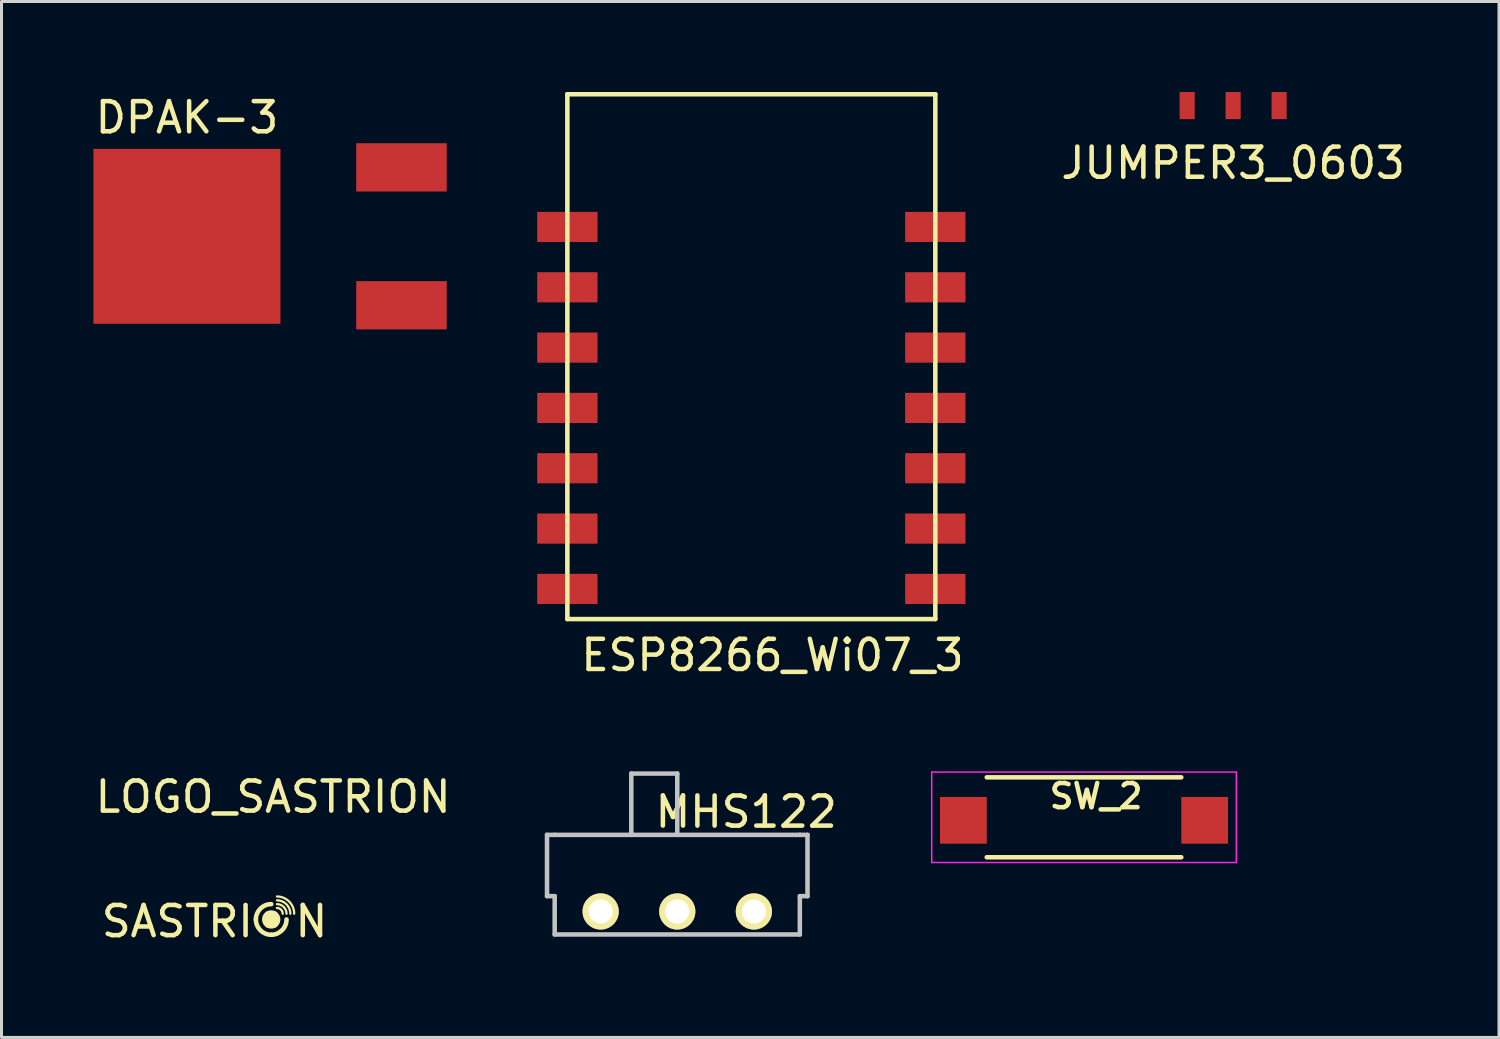
<source format=kicad_pcb>
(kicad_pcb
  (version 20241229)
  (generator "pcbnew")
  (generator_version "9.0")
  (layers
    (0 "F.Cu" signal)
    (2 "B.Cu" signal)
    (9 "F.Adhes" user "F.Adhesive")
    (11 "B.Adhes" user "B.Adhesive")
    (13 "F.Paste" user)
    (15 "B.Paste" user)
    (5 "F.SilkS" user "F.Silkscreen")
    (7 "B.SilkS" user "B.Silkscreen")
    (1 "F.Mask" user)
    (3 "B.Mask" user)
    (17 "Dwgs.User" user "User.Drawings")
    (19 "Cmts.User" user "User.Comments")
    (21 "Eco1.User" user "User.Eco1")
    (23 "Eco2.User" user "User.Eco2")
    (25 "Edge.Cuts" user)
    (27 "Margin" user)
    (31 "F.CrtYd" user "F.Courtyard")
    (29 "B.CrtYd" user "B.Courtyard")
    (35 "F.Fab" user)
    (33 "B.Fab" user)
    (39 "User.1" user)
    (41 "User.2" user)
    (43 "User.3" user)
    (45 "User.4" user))
  (footprint "LOGO_SASTRION"
    (layer "F.Cu")
    (at 6.069 27.308)
    (property "Reference" "LOGO_SASTRION" (at -0.064 -3.937 0) (layer "F.SilkS") (effects (font (size 1 1) (thickness 0.15))))
    (attr through_hole)
    (fp_line (start -0.254 -0.064) (end -0.254 0.318) (stroke (width 0.15) (type solid)) (layer "F.SilkS"))
    (fp_line (start -0.127 -0.064) (end -0.127 0.318) (stroke (width 0.15) (type solid)) (layer "F.SilkS"))
    (fp_line (start 0 -0.064) (end 0 0.318) (stroke (width 0.15) (type solid)) (layer "F.SilkS"))
    (fp_line (start 0.064 0.127) (end -0.318 0.127) (stroke (width 0.15) (type solid)) (layer "F.SilkS"))
    (fp_arc (start -0.635 0.127) (mid -0.48621 -0.23221) (end -0.127 -0.381) (stroke (width 0.15) (type solid)) (layer "F.SilkS"))
    (fp_arc (start -0.127 0.635) (mid -0.48621 0.48621) (end -0.635 0.127) (stroke (width 0.15) (type solid)) (layer "F.SilkS"))
    (fp_arc (start 0.0635 -0.635) (mid 0.467612 -0.467612) (end 0.635 -0.0635) (stroke (width 0.075) (type solid)) (layer "F.SilkS"))
    (fp_arc (start 0.0635 -0.508) (mid 0.377809 -0.377809) (end 0.508 -0.0635) (stroke (width 0.075) (type solid)) (layer "F.SilkS"))
    (fp_arc (start 0.0635 -0.381) (mid 0.288006 -0.288006) (end 0.381 -0.0635) (stroke (width 0.075) (type solid)) (layer "F.SilkS"))
    (fp_arc (start 0.0635 -0.254) (mid 0.198204 -0.198204) (end 0.254 -0.0635) (stroke (width 0.075) (type solid)) (layer "F.SilkS"))
    (fp_arc (start 0.381 0.127) (mid 0.23221 0.48621) (end -0.127 0.635) (stroke (width 0.15) (type solid)) (layer "F.SilkS"))
    (fp_circle (center -0.127 0.127) (end 0.127 0.127) (stroke (width 0.1) (type solid)) (fill no) (layer "F.SilkS"))
    (fp_text user "SASTRI" (at -3.239 0.191 0) (layer "F.SilkS") (effects (font (size 1 1) (thickness 0.15))))
    (fp_text user "N" (at 1.206 0.191 0) (layer "F.SilkS") (effects (font (size 1 1) (thickness 0.15)))))
  (footprint "MHS122"
    (layer "F.Cu")
    (at 19.405 26.281)
    (property "Reference" "MHS122" (at 2.286 -2.413 0) (layer "F.SilkS") (effects (font (size 1 1) (thickness 0.15))))
    (attr through_hole)
    (fp_line (start -4.318 -1.651) (end -4.318 0.381) (stroke (width 0.15) (type solid)) (layer "Dwgs.User"))
    (fp_line (start -4.318 0.381) (end -4.064 0.381) (stroke (width 0.15) (type solid)) (layer "Dwgs.User"))
    (fp_line (start -4.064 -1.651) (end -4.318 -1.651) (stroke (width 0.15) (type solid)) (layer "Dwgs.User"))
    (fp_line (start -4.064 0.381) (end -4.064 1.651) (stroke (width 0.15) (type solid)) (layer "Dwgs.User"))
    (fp_line (start -4.064 1.651) (end 4.064 1.651) (stroke (width 0.15) (type solid)) (layer "Dwgs.User"))
    (fp_line (start -1.524 -3.683) (end -1.524 -1.651) (stroke (width 0.15) (type solid)) (layer "Dwgs.User"))
    (fp_line (start 0 -3.683) (end -1.524 -3.683) (stroke (width 0.15) (type solid)) (layer "Dwgs.User"))
    (fp_line (start 0 -1.651) (end 0 -3.683) (stroke (width 0.15) (type solid)) (layer "Dwgs.User"))
    (fp_line (start 4.064 -1.651) (end -4.064 -1.651) (stroke (width 0.15) (type solid)) (layer "Dwgs.User"))
    (fp_line (start 4.064 0.381) (end 4.064 1.651) (stroke (width 0.15) (type solid)) (layer "Dwgs.User"))
    (fp_line (start 4.318 -1.651) (end 4.064 -1.651) (stroke (width 0.15) (type solid)) (layer "Dwgs.User"))
    (fp_line (start 4.318 -1.651) (end 4.318 0.381) (stroke (width 0.15) (type solid)) (layer "Dwgs.User"))
    (fp_line (start 4.318 0.381) (end 4.064 0.381) (stroke (width 0.15) (type solid)) (layer "Dwgs.User"))
    (pad "1" thru_hole circle (at -2.54 0.889) (size 1.2 1.2) (drill 0.8) (layers "*.Cu" "*.Mask" "F.SilkS"))
    (pad "2" thru_hole circle (at 0 0.889) (size 1.2 1.2) (drill 0.8) (layers "*.Cu" "*.Mask" "F.SilkS"))
    (pad "3" thru_hole circle (at 2.54 0.889) (size 1.2 1.2) (drill 0.8) (layers "*.Cu" "*.Mask" "F.SilkS")))
  (footprint "ESP8266_Wi07_3"
    (layer "F.Cu")
    (at 21.961 5.275)
    (property "Reference" "ESP8266_Wi07_3" (at 0.6 13.4 0) (layer "F.SilkS") (effects (font (size 1 1) (thickness 0.15))))
    (attr through_hole)
    (fp_line (start -6.2 -5.2) (end -6.2 12.2) (stroke (width 0.15) (type solid)) (layer "F.SilkS"))
    (fp_line (start -6.2 12.2) (end 6 12.2) (stroke (width 0.15) (type solid)) (layer "F.SilkS"))
    (fp_line (start 6 -5.2) (end -6.2 -5.2) (stroke (width 0.15) (type solid)) (layer "F.SilkS"))
    (fp_line (start 6 12.2) (end 6 -5.2) (stroke (width 0.15) (type solid)) (layer "F.SilkS"))
    (pad "1" smd rect (at 6 11.2) (size 2 1) (layers "F.Cu" "F.Mask" "F.Paste"))
    (pad "2" smd rect (at 6 9.2) (size 2 1) (layers "F.Cu" "F.Mask" "F.Paste"))
    (pad "3" smd rect (at 6 7.2) (size 2 1) (layers "F.Cu" "F.Mask" "F.Paste"))
    (pad "4" smd rect (at 6 5.2) (size 2 1) (layers "F.Cu" "F.Mask" "F.Paste"))
    (pad "5" smd rect (at 6 3.2) (size 2 1) (layers "F.Cu" "F.Mask" "F.Paste"))
    (pad "6" smd rect (at 6 1.2) (size 2 1) (layers "F.Cu" "F.Mask" "F.Paste"))
    (pad "7" smd rect (at 6 -0.8) (size 2 1) (layers "F.Cu" "F.Mask" "F.Paste"))
    (pad "8" smd rect (at -6.2 -0.8) (size 2 1) (layers "F.Cu" "F.Mask" "F.Paste"))
    (pad "9" smd rect (at -6.2 1.2) (size 2 1) (layers "F.Cu" "F.Mask" "F.Paste"))
    (pad "10" smd rect (at -6.2 3.2) (size 2 1) (layers "F.Cu" "F.Mask" "F.Paste"))
    (pad "11" smd rect (at -6.2 5.2) (size 2 1) (layers "F.Cu" "F.Mask" "F.Paste"))
    (pad "12" smd rect (at -6.2 7.2) (size 2 1) (layers "F.Cu" "F.Mask" "F.Paste"))
    (pad "13" smd rect (at -6.2 9.2) (size 2 1) (layers "F.Cu" "F.Mask" "F.Paste"))
    (pad "14" smd rect (at -6.2 11.2) (size 2 1) (layers "F.Cu" "F.Mask" "F.Paste")))
  (footprint "DPAK-3"
    (layer "F.Cu")
    (at 3.149 4.785)
    (property "Reference" "DPAK-3" (at 0 -3.937 0) (layer "F.SilkS") (effects (font (size 1 1) (thickness 0.15))))
    (attr through_hole)
    (pad "1" smd rect (at 7.112 2.286) (size 3 1.6) (layers "F.Cu" "F.Mask" "F.Paste"))
    (pad "2" smd rect (at 0 0) (size 6.2 5.8) (layers "F.Cu" "F.Mask" "F.Paste"))
    (pad "3" smd rect (at 7.112 -2.286) (size 3 1.6) (layers "F.Cu" "F.Mask" "F.Paste")))
  (footprint "JUMPER3_0603"
    (layer "F.Cu")
    (at 37.835 0.45)
    (property "Reference" "JUMPER3_0603" (at 0 1.905 0) (layer "F.SilkS") (effects (font (size 1 1) (thickness 0.15))))
    (attr through_hole)
    (pad "1" smd rect (at -1.524 0) (size 0.5 0.9) (layers "F.Cu" "F.Mask" "F.Paste"))
    (pad "2" smd rect (at 0 0) (size 0.5 0.9) (layers "F.Cu" "F.Mask" "F.Paste"))
    (pad "3" smd rect (at 1.524 0) (size 0.5 0.9) (layers "F.Cu" "F.Mask" "F.Paste")))
  (footprint "SW_2"
    (layer "F.Cu")
    (at 32.891 25.948)
    (property "Reference" "SW_2" (at 0.4 -2.6 0) (layer "F.SilkS") (effects (font (size 0.8 0.8) (thickness 0.15))))
    (attr through_hole)
    (fp_line (start -3.225 -3.225) (end 3.225 -3.225) (stroke (width 0.15) (type solid)) (layer "F.SilkS"))
    (fp_line (start -3.225 -0.575) (end 3.225 -0.575) (stroke (width 0.15) (type solid)) (layer "F.SilkS"))
    (fp_line (start -5.05 -3.4) (end -5.05 -0.4) (stroke (width 0.05) (type solid)) (layer "F.CrtYd"))
    (fp_line (start -5.05 -3.4) (end 5.05 -3.4) (stroke (width 0.05) (type solid)) (layer "F.CrtYd"))
    (fp_line (start -5.05 -0.4) (end 5.05 -0.4) (stroke (width 0.05) (type solid)) (layer "F.CrtYd"))
    (fp_line (start 5.05 -0.4) (end 5.05 -3.4) (stroke (width 0.05) (type solid)) (layer "F.CrtYd"))
    (pad "1" smd rect (at -4 -1.8) (size 1.55 1.55) (layers "F.Cu" "F.Mask" "F.Paste"))
    (pad "2" smd rect (at 4 -1.8) (size 1.55 1.55) (layers "F.Cu" "F.Mask" "F.Paste")))
  (gr_rect
    (start -3 -3)
    (end 46.65 31.347)
    (stroke (width 0.1) (type default))
    (fill no)
    (layer "Edge.Cuts")))
</source>
